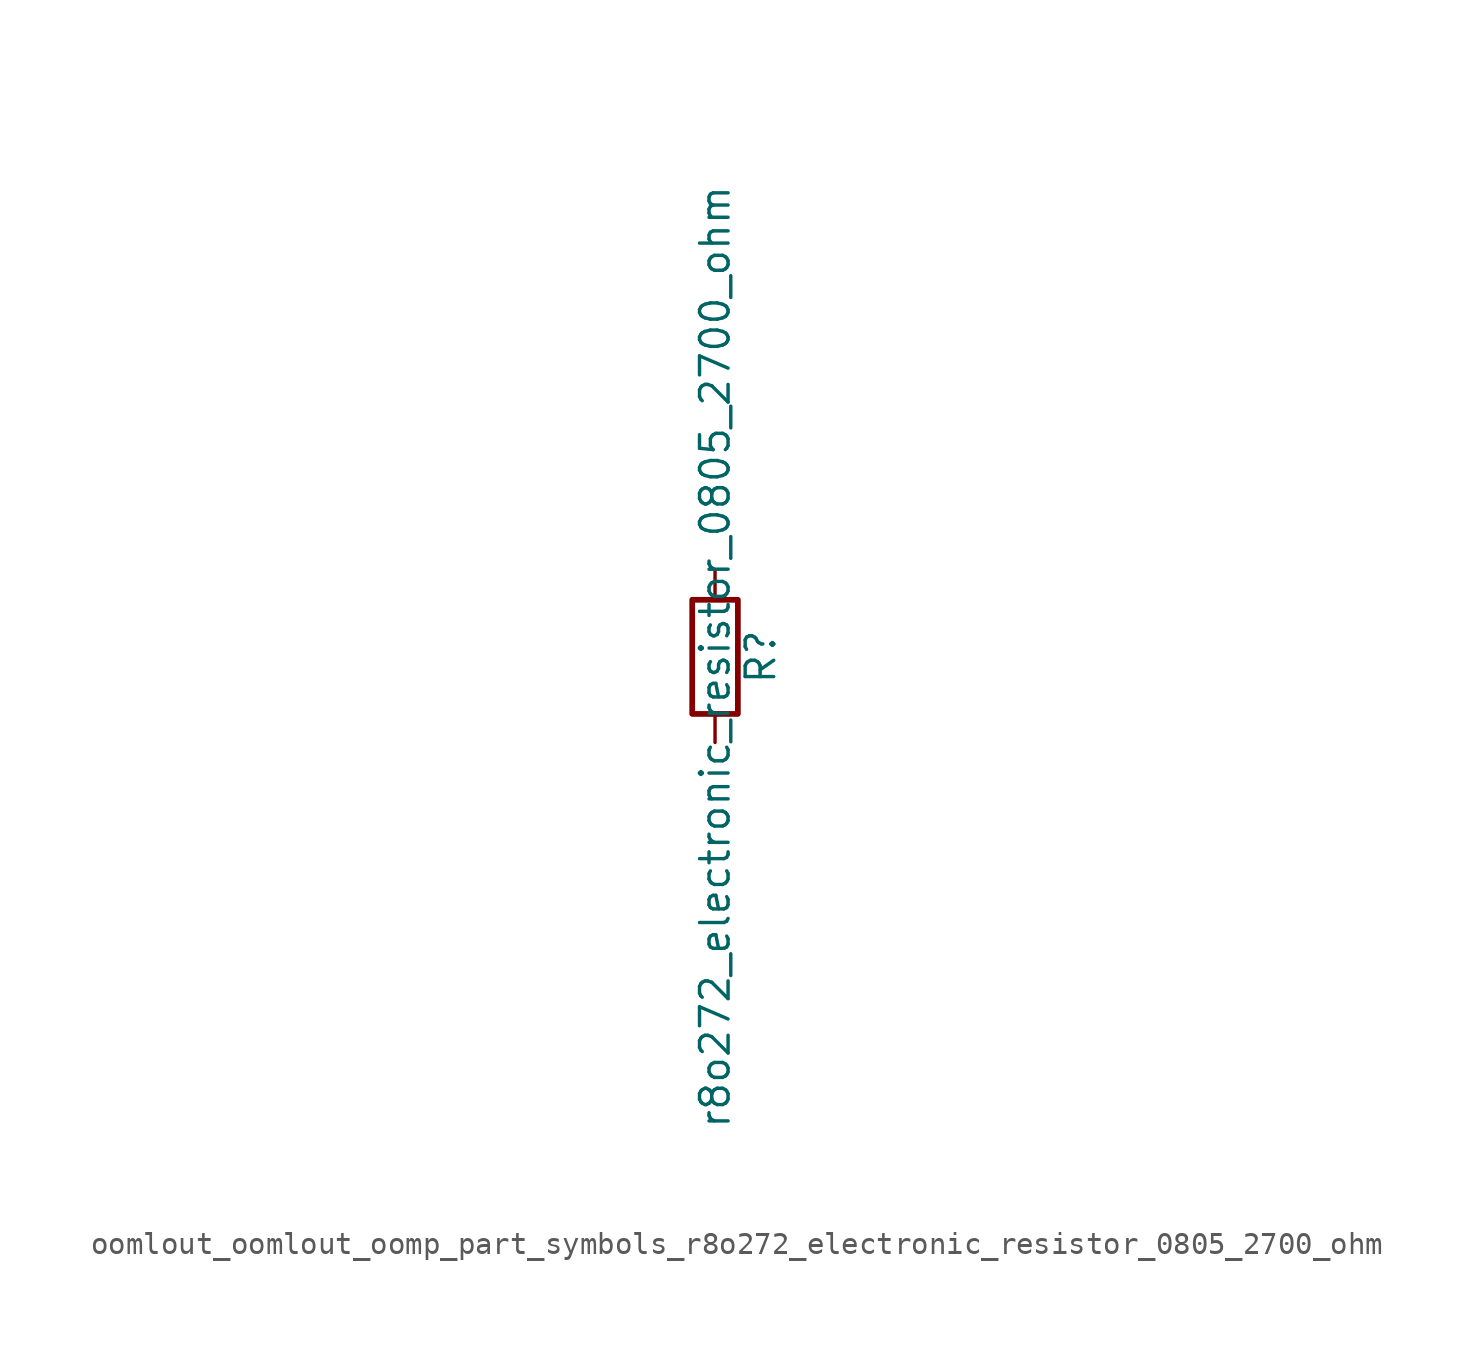
<source format=kicad_sym>
(kicad_symbol_lib
  (version 20220914)
  (generator kicad_symbol_editor)
  (symbol "oomlout_oomlout_oomp_part_symbols_r8o272_electronic_resistor_0805_2700_ohm"
    (pin_numbers hide)
    (pin_names
      (offset 0))
    (property "Reference" "R"
      (at 2.032 0 90)
      (effects (font (size 1.27 1.27))))
    (property "Value" "r8o272_electronic_resistor_0805_2700_ohm"
      (at 0 0 90)
      (effects (font (size 1.27 1.27))))
    (symbol "oomlout_oomlout_oomp_part_symbols_r8o272_electronic_resistor_0805_2700_ohm_0_1"
      (rectangle (start -1.016 -2.54) (end 1.016 2.54) (stroke (width 0.254) (type default)) (fill (type none))))
    (symbol "oomlout_oomlout_oomp_part_symbols_r8o272_electronic_resistor_0805_2700_ohm_1_1"
      (pin passive line (at 0 3.81 270) (length 1.27) (name "~" (effects (font (size 1.27 1.27)))) (number "1" (effects (font (size 1.27 1.27)))))
      (pin passive line (at 0 -3.81 90) (length 1.27) (name "~" (effects (font (size 1.27 1.27)))) (number "2" (effects (font (size 1.27 1.27))))))))
</source>
